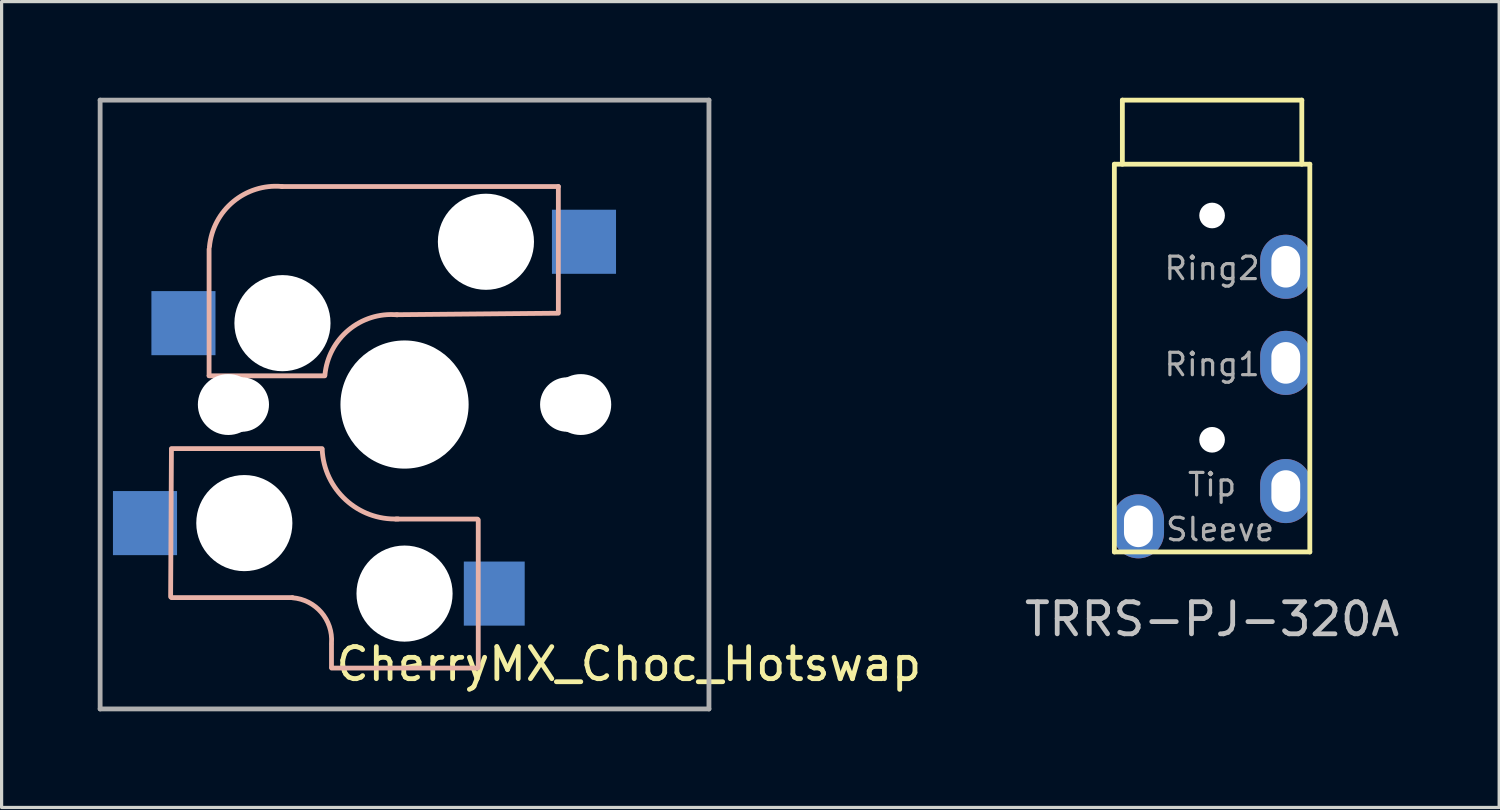
<source format=kicad_pcb>
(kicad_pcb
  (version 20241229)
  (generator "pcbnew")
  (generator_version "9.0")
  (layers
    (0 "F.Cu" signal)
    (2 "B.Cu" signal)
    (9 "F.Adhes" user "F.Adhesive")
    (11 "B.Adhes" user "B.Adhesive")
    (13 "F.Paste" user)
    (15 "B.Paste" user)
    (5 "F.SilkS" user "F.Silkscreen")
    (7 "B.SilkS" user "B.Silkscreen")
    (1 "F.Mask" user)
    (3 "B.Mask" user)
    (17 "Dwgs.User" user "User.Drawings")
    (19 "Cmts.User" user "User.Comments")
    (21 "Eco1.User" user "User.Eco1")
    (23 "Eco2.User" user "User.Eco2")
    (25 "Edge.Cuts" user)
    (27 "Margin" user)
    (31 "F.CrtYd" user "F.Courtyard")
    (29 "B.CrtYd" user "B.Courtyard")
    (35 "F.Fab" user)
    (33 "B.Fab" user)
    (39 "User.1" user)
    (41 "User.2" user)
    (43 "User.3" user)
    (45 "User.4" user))
  (footprint "CherryMX_Choc_Hotswap"
    (layer "F.Cu")
    (at 9.575 9.575)
    (property "Reference" "CherryMX_Choc_Hotswap" (at 7 8.1 0) (layer "F.SilkS") (effects (font (size 1 1) (thickness 0.15))))
    (attr through_hole)
    (fp_line (start -7.275 1.4) (end -7.3 6) (stroke (width 0.15) (type solid)) (layer "B.SilkS"))
    (fp_line (start -6.1 -4.85) (end -6.1 -0.905) (stroke (width 0.15) (type solid)) (layer "B.SilkS"))
    (fp_line (start -6.1 -0.896) (end -2.49 -0.896) (stroke (width 0.15) (type solid)) (layer "B.SilkS"))
    (fp_line (start -3.5 6.025) (end -7.275 6.025) (stroke (width 0.15) (type solid)) (layer "B.SilkS"))
    (fp_line (start -2.575 1.375) (end -7.275 1.375) (stroke (width 0.15) (type solid)) (layer "B.SilkS"))
    (fp_line (start -2.28 7.5) (end -2.28 8.2) (stroke (width 0.15) (type solid)) (layer "B.SilkS"))
    (fp_line (start 2.275 3.575) (end -0.275 3.575) (stroke (width 0.15) (type solid)) (layer "B.SilkS"))
    (fp_line (start 2.275 8.225) (end -2.275 8.225) (stroke (width 0.15) (type solid)) (layer "B.SilkS"))
    (fp_line (start 2.3 3.6) (end 2.3 8.2) (stroke (width 0.15) (type solid)) (layer "B.SilkS"))
    (fp_line (start 4.8 -6.804) (end -3.825 -6.804) (stroke (width 0.15) (type solid)) (layer "B.SilkS"))
    (fp_line (start 4.8 -2.896) (end 4.8 -6.804) (stroke (width 0.15) (type solid)) (layer "B.SilkS"))
    (fp_line (start 4.8 -2.85) (end -0.25 -2.804) (stroke (width 0.15) (type solid)) (layer "B.SilkS"))
    (fp_arc (start -6.089 -4.92) (mid -5.347189 -6.33089) (end -3.825 -6.804) (stroke (width 0.15) (type solid)) (layer "B.SilkS"))
    (fp_arc (start -3.5 6.03) (mid -2.595908 6.48733) (end -2.28 7.45) (stroke (width 0.15) (type solid)) (layer "B.SilkS"))
    (fp_arc (start -2.485 -0.92) (mid -1.744361 -2.328061) (end -0.225 -2.8) (stroke (width 0.15) (type solid)) (layer "B.SilkS"))
    (fp_arc (start -0.2 3.57) (mid -1.834422 2.975843) (end -2.57 1.4) (stroke (width 0.15) (type solid)) (layer "B.SilkS"))
    (fp_line (start -9 -9) (end 9 -9) (stroke (width 0.15) (type solid)) (layer "Eco2.User"))
    (fp_line (start -9 9) (end -9 -9) (stroke (width 0.15) (type solid)) (layer "Eco2.User"))
    (fp_line (start -7 -7) (end 7 -7) (stroke (width 0.15) (type solid)) (layer "Eco2.User"))
    (fp_line (start -7 7) (end -7 -7) (stroke (width 0.15) (type solid)) (layer "Eco2.User"))
    (fp_line (start 7 -7) (end 7 7) (stroke (width 0.15) (type solid)) (layer "Eco2.User"))
    (fp_line (start 7 7) (end -7 7) (stroke (width 0.15) (type solid)) (layer "Eco2.User"))
    (fp_line (start 9 -9) (end 9 9) (stroke (width 0.15) (type solid)) (layer "Eco2.User"))
    (fp_line (start 9 9) (end -9 9) (stroke (width 0.15) (type solid)) (layer "Eco2.User"))
    (fp_line (start -9.5 -9.5) (end -9.5 9.5) (stroke (width 0.15) (type solid)) (layer "F.Fab"))
    (fp_line (start -9.5 9.5) (end 9.5 9.5) (stroke (width 0.15) (type solid)) (layer "F.Fab"))
    (fp_line (start 9.5 -9.5) (end -9.5 -9.5) (stroke (width 0.15) (type solid)) (layer "F.Fab"))
    (fp_line (start 9.5 9.5) (end 9.5 -9.5) (stroke (width 0.15) (type solid)) (layer "F.Fab"))
    (pad "" np_thru_hole circle (at -5.5 0 90) (size 1.9 1.9) (drill 1.9) (layers "*.Cu" "*.Mask"))
    (pad "" np_thru_hole circle (at -5.08 0) (size 1.7 1.7) (drill 1.7) (layers "*.Cu" "*.Mask"))
    (pad "" np_thru_hole circle (at -5 3.7 90) (size 3 3) (drill 3) (layers "*.Cu" "*.Mask"))
    (pad "" np_thru_hole circle (at -3.81 -2.54 180) (size 3 3) (drill 3) (layers "*.Cu" "*.Mask"))
    (pad "" np_thru_hole circle (at 0 0 90) (size 4 4) (drill 4) (layers "*.Cu" "*.Mask"))
    (pad "" np_thru_hole circle (at 0 5.9 90) (size 3 3) (drill 3) (layers "*.Cu" "*.Mask"))
    (pad "" np_thru_hole circle (at 2.54 -5.08 180) (size 3 3) (drill 3) (layers "*.Cu" "*.Mask"))
    (pad "" np_thru_hole circle (at 5.08 0) (size 1.7 1.7) (drill 1.7) (layers "*.Cu" "*.Mask"))
    (pad "" np_thru_hole circle (at 5.5 0 90) (size 1.9 1.9) (drill 1.9) (layers "*.Cu" "*.Mask"))
    (pad "1" smd rect (at -8.1 3.7 180) (size 2 2) (layers "B.Cu" "B.Mask" "B.Paste"))
    (pad "1" smd rect (at -6.9 -2.54 180) (size 2 2) (layers "B.Cu" "B.Mask" "B.Paste"))
    (pad "2" smd rect (at 2.8 5.9 180) (size 1.9 2) (layers "B.Cu" "B.Mask" "B.Paste"))
    (pad "2" smd rect (at 5.6 -5.08 180) (size 2 2) (layers "B.Cu" "B.Mask" "B.Paste")))
  (footprint "TRRS-PJ-320A"
    (layer "F.Cu")
    (at 34.777 2.075)
    (property "Reference" "TRRS-PJ-320A" (at 0 14.2 0) (layer "Dwgs.User") (effects (font (size 1 1) (thickness 0.15))))
    (attr through_hole)
    (fp_line (start -3.05 0) (end -3.05 12.1) (stroke (width 0.15) (type solid)) (layer "F.SilkS"))
    (fp_line (start -2.8 0) (end -2.8 -2) (stroke (width 0.15) (type solid)) (layer "F.SilkS"))
    (fp_line (start 2.8 -2) (end -2.8 -2) (stroke (width 0.15) (type solid)) (layer "F.SilkS"))
    (fp_line (start 2.8 0) (end 2.8 -2) (stroke (width 0.15) (type solid)) (layer "F.SilkS"))
    (fp_line (start 3.05 0) (end -3.05 0) (stroke (width 0.15) (type solid)) (layer "F.SilkS"))
    (fp_line (start 3.05 0) (end 3.05 12.1) (stroke (width 0.15) (type solid)) (layer "F.SilkS"))
    (fp_line (start 3.05 12.1) (end -3.05 12.1) (stroke (width 0.15) (type solid)) (layer "F.SilkS"))
    (fp_text user "Ring1" (at 0 6.25 0) (layer "F.Fab") (effects (font (size 0.7 0.7) (thickness 0.1))))
    (fp_text user "Sleeve" (at 0.25 11.4 0) (layer "F.Fab") (effects (font (size 0.7 0.7) (thickness 0.1))))
    (fp_text user "Ring2" (at 0 3.25 0) (layer "F.Fab") (effects (font (size 0.7 0.7) (thickness 0.1))))
    (fp_text user "Tip" (at 0 10 0) (layer "F.Fab") (effects (font (size 0.7 0.7) (thickness 0.1))))
    (pad "" np_thru_hole circle (at 0 1.6) (size 0.8 0.8) (drill 0.8) (layers "*.Cu" "*.Mask"))
    (pad "" np_thru_hole circle (at 0 8.6) (size 0.8 0.8) (drill 0.8) (layers "*.Cu" "*.Mask"))
    (pad "R1" thru_hole oval (at 2.3 3.2 180) (size 1.6 2) (drill oval 0.9 1.3) (layers "*.Cu" "*.Mask"))
    (pad "R2" thru_hole oval (at 2.3 6.2) (size 1.6 2) (drill oval 0.9 1.3) (layers "*.Cu" "*.Mask"))
    (pad "S" thru_hole oval (at -2.3 11.3) (size 1.6 2) (drill oval 0.9 1.3) (layers "*.Cu" "*.Mask"))
    (pad "T" thru_hole oval (at 2.3 10.2) (size 1.6 2) (drill oval 0.9 1.3) (layers "*.Cu" "*.Mask")))
  (gr_rect
    (start -3 -3)
    (end 43.736 22.15)
    (stroke (width 0.1) (type default))
    (fill no)
    (layer "Edge.Cuts")))
</source>
